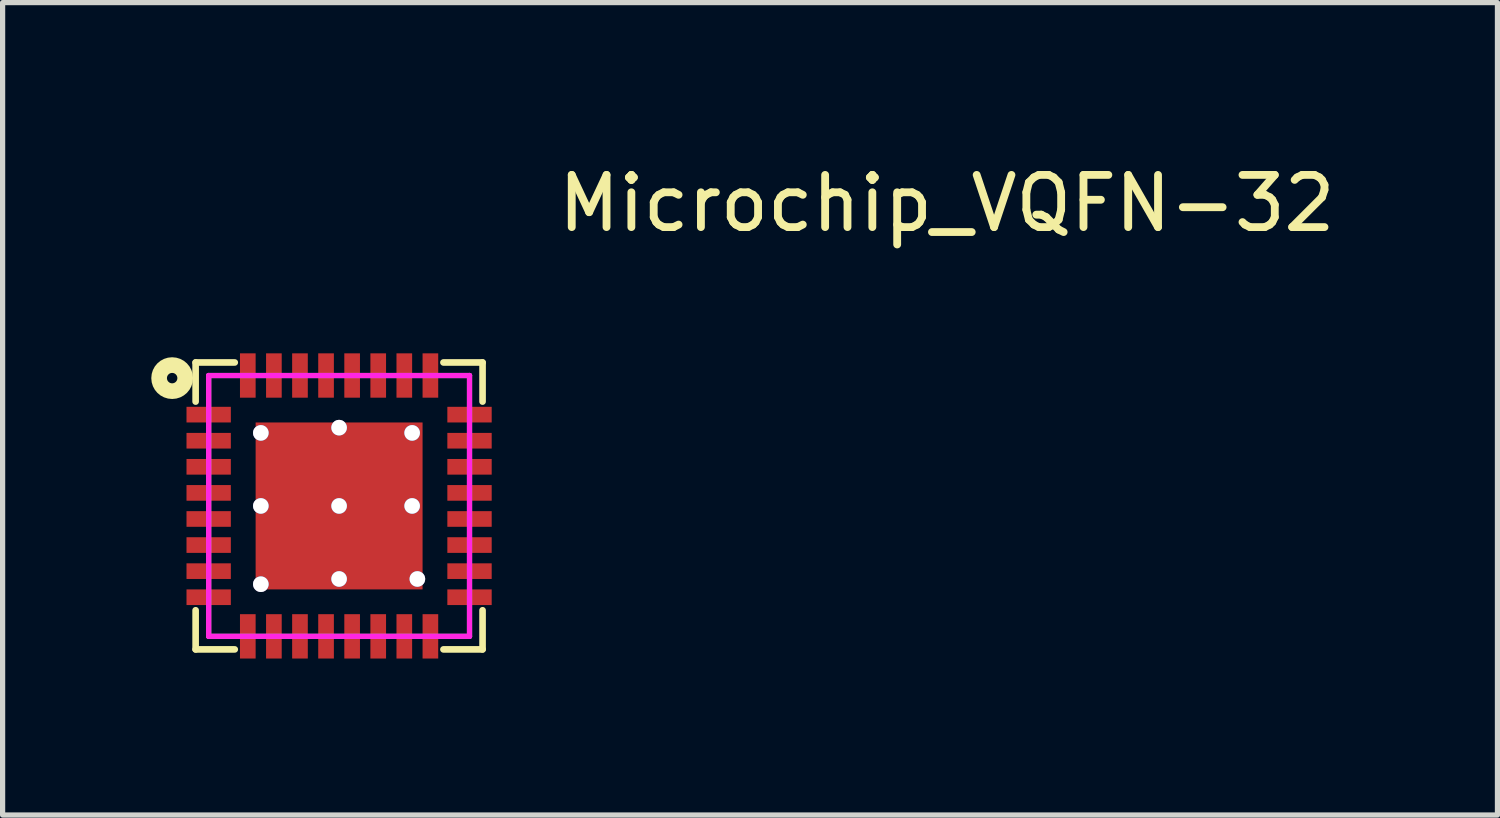
<source format=kicad_pcb>
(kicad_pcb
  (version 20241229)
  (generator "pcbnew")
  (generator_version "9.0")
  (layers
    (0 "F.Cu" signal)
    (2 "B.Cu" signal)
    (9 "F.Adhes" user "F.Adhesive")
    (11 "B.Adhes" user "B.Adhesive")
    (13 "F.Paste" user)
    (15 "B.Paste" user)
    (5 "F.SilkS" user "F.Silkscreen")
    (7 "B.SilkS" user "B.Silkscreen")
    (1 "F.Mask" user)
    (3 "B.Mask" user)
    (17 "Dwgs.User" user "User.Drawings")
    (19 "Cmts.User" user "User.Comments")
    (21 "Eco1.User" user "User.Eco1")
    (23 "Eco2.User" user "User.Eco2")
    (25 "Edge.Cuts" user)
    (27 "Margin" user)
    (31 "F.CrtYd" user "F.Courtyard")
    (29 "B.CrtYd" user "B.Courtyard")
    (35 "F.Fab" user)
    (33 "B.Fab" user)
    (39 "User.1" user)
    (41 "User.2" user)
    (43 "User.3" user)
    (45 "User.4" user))
  (footprint "Microchip_VQFN-32"
    (layer "F.Cu")
    (at 3.45 6.648)
    (property "Reference" "Microchip_VQFN-32" (at 11.65 -5.8 0) (layer "F.SilkS") (effects (font (size 1 1) (thickness 0.15))))
    (attr through_hole)
    (fp_line (start -2.75 -2.75) (end -2 -2.75) (stroke (width 0.127) (type solid)) (layer "F.SilkS"))
    (fp_line (start -2.75 -2) (end -2.75 -2.75) (stroke (width 0.127) (type solid)) (layer "F.SilkS"))
    (fp_line (start -2.75 2) (end -2.75 2.75) (stroke (width 0.127) (type solid)) (layer "F.SilkS"))
    (fp_line (start -2.75 2.75) (end -2 2.75) (stroke (width 0.127) (type solid)) (layer "F.SilkS"))
    (fp_line (start 2 -2.75) (end 2.75 -2.75) (stroke (width 0.127) (type solid)) (layer "F.SilkS"))
    (fp_line (start 2 2.75) (end 2.75 2.75) (stroke (width 0.127) (type solid)) (layer "F.SilkS"))
    (fp_line (start 2.75 -2.75) (end 2.75 -2) (stroke (width 0.127) (type solid)) (layer "F.SilkS"))
    (fp_line (start 2.75 2.75) (end 2.75 2) (stroke (width 0.127) (type solid)) (layer "F.SilkS"))
    (fp_circle (center -3.2 -2.45) (end -3.2 -2.35) (stroke (width 0.3) (type solid)) (fill no) (layer "F.SilkS"))
    (fp_line (start -2.5 -2.5) (end 2.5 -2.5) (stroke (width 0.1) (type solid)) (layer "F.CrtYd"))
    (fp_line (start -2.5 2.5) (end -2.5 -2.5) (stroke (width 0.1) (type solid)) (layer "F.CrtYd"))
    (fp_line (start 2.5 -2.5) (end 2.5 2.5) (stroke (width 0.1) (type solid)) (layer "F.CrtYd"))
    (fp_line (start 2.5 2.5) (end -2.5 2.5) (stroke (width 0.1) (type solid)) (layer "F.CrtYd"))
    (fp_line (start -2.5 -2.5) (end 2.5 -2.5) (stroke (width 0.1) (type solid)) (layer "F.Fab"))
    (fp_line (start -2.5 2.5) (end -2.5 -2.5) (stroke (width 0.1) (type solid)) (layer "F.Fab"))
    (fp_line (start 2.5 -2.5) (end 2.5 2.5) (stroke (width 0.1) (type solid)) (layer "F.Fab"))
    (fp_line (start 2.5 2.5) (end -2.5 2.5) (stroke (width 0.1) (type solid)) (layer "F.Fab"))
    (pad "1" smd rect (at -2.5 -1.75) (size 0.85 0.3) (layers "F.Cu" "F.Mask" "F.Paste"))
    (pad "2" smd rect (at -2.5 -1.25) (size 0.85 0.3) (layers "F.Cu" "F.Mask" "F.Paste"))
    (pad "3" smd rect (at -2.5 -0.75) (size 0.85 0.3) (layers "F.Cu" "F.Mask" "F.Paste"))
    (pad "4" smd rect (at -2.5 -0.25) (size 0.85 0.3) (layers "F.Cu" "F.Mask" "F.Paste"))
    (pad "5" smd rect (at -2.5 0.25) (size 0.85 0.3) (layers "F.Cu" "F.Mask" "F.Paste"))
    (pad "6" smd rect (at -2.5 0.75) (size 0.85 0.3) (layers "F.Cu" "F.Mask" "F.Paste"))
    (pad "7" smd rect (at -2.5 1.25) (size 0.85 0.3) (layers "F.Cu" "F.Mask" "F.Paste"))
    (pad "8" smd rect (at -2.5 1.75) (size 0.85 0.3) (layers "F.Cu" "F.Mask" "F.Paste"))
    (pad "9" smd rect (at -1.75 2.5) (size 0.3 0.85) (layers "F.Cu" "F.Mask" "F.Paste"))
    (pad "10" smd rect (at -1.25 2.5) (size 0.3 0.85) (layers "F.Cu" "F.Mask" "F.Paste"))
    (pad "11" smd rect (at -0.75 2.5) (size 0.3 0.85) (layers "F.Cu" "F.Mask" "F.Paste"))
    (pad "12" smd rect (at -0.25 2.5) (size 0.3 0.85) (layers "F.Cu" "F.Mask" "F.Paste"))
    (pad "13" smd rect (at 0.25 2.5) (size 0.3 0.85) (layers "F.Cu" "F.Mask" "F.Paste"))
    (pad "14" smd rect (at 0.75 2.5) (size 0.3 0.85) (layers "F.Cu" "F.Mask" "F.Paste"))
    (pad "15" smd rect (at 1.25 2.5) (size 0.3 0.85) (layers "F.Cu" "F.Mask" "F.Paste"))
    (pad "16" smd rect (at 1.75 2.5) (size 0.3 0.85) (layers "F.Cu" "F.Mask" "F.Paste"))
    (pad "17" smd rect (at 2.5 1.75) (size 0.85 0.3) (layers "F.Cu" "F.Mask" "F.Paste"))
    (pad "18" smd rect (at 2.5 1.25) (size 0.85 0.3) (layers "F.Cu" "F.Mask" "F.Paste"))
    (pad "19" smd rect (at 2.5 0.75) (size 0.85 0.3) (layers "F.Cu" "F.Mask" "F.Paste"))
    (pad "20" smd rect (at 2.5 0.25) (size 0.85 0.3) (layers "F.Cu" "F.Mask" "F.Paste"))
    (pad "21" smd rect (at 2.5 -0.25) (size 0.85 0.3) (layers "F.Cu" "F.Mask" "F.Paste"))
    (pad "22" smd rect (at 2.5 -0.75) (size 0.85 0.3) (layers "F.Cu" "F.Mask" "F.Paste"))
    (pad "23" smd rect (at 2.5 -1.25) (size 0.85 0.3) (layers "F.Cu" "F.Mask" "F.Paste"))
    (pad "24" smd rect (at 2.5 -1.75) (size 0.85 0.3) (layers "F.Cu" "F.Mask" "F.Paste"))
    (pad "25" smd rect (at 1.75 -2.5) (size 0.3 0.85) (layers "F.Cu" "F.Mask" "F.Paste"))
    (pad "26" smd rect (at 1.25 -2.5) (size 0.3 0.85) (layers "F.Cu" "F.Mask" "F.Paste"))
    (pad "27" smd rect (at 0.75 -2.5) (size 0.3 0.85) (layers "F.Cu" "F.Mask" "F.Paste"))
    (pad "28" smd rect (at 0.25 -2.5) (size 0.3 0.85) (layers "F.Cu" "F.Mask" "F.Paste"))
    (pad "29" smd rect (at -0.25 -2.5) (size 0.3 0.85) (layers "F.Cu" "F.Mask" "F.Paste"))
    (pad "30" smd rect (at -0.75 -2.5) (size 0.3 0.85) (layers "F.Cu" "F.Mask" "F.Paste"))
    (pad "31" smd rect (at -1.25 -2.5) (size 0.3 0.85) (layers "F.Cu" "F.Mask" "F.Paste"))
    (pad "32" smd rect (at -1.75 -2.5) (size 0.3 0.85) (layers "F.Cu" "F.Mask" "F.Paste"))
    (pad "TP" thru_hole circle (at -1.5 -1.4) (size 0.3 0.3) (drill 0.3) (layers "*.Cu" "*.Mask"))
    (pad "TP" thru_hole circle (at -1.5 0) (size 0.3 0.3) (drill 0.3) (layers "*.Cu" "*.Mask"))
    (pad "TP" thru_hole circle (at -1.5 1.5) (size 0.3 0.3) (drill 0.3) (layers "*.Cu" "*.Mask"))
    (pad "TP" thru_hole circle (at 0 -1.5) (size 0.3 0.3) (drill 0.3) (layers "*.Cu" "*.Mask"))
    (pad "TP" thru_hole circle (at 0 0) (size 0.3 0.3) (drill 0.3) (layers "*.Cu" "*.Mask"))
    (pad "TP" smd rect (at 0 0) (size 3.2 3.2) (layers "F.Cu" "F.Mask" "F.Paste"))
    (pad "TP" thru_hole circle (at 0 1.4) (size 0.3 0.3) (drill 0.3) (layers "*.Cu" "*.Mask"))
    (pad "TP" thru_hole circle (at 1.4 -1.4) (size 0.3 0.3) (drill 0.3) (layers "*.Cu" "*.Mask"))
    (pad "TP" thru_hole circle (at 1.4 0) (size 0.3 0.3) (drill 0.3) (layers "*.Cu" "*.Mask"))
    (pad "TP" thru_hole circle (at 1.5 1.4) (size 0.3 0.3) (drill 0.3) (layers "*.Cu" "*.Mask")))
  (gr_rect
    (start -3 -3)
    (end 25.654 12.573)
    (stroke (width 0.1) (type default))
    (fill no)
    (layer "Edge.Cuts")))
</source>
